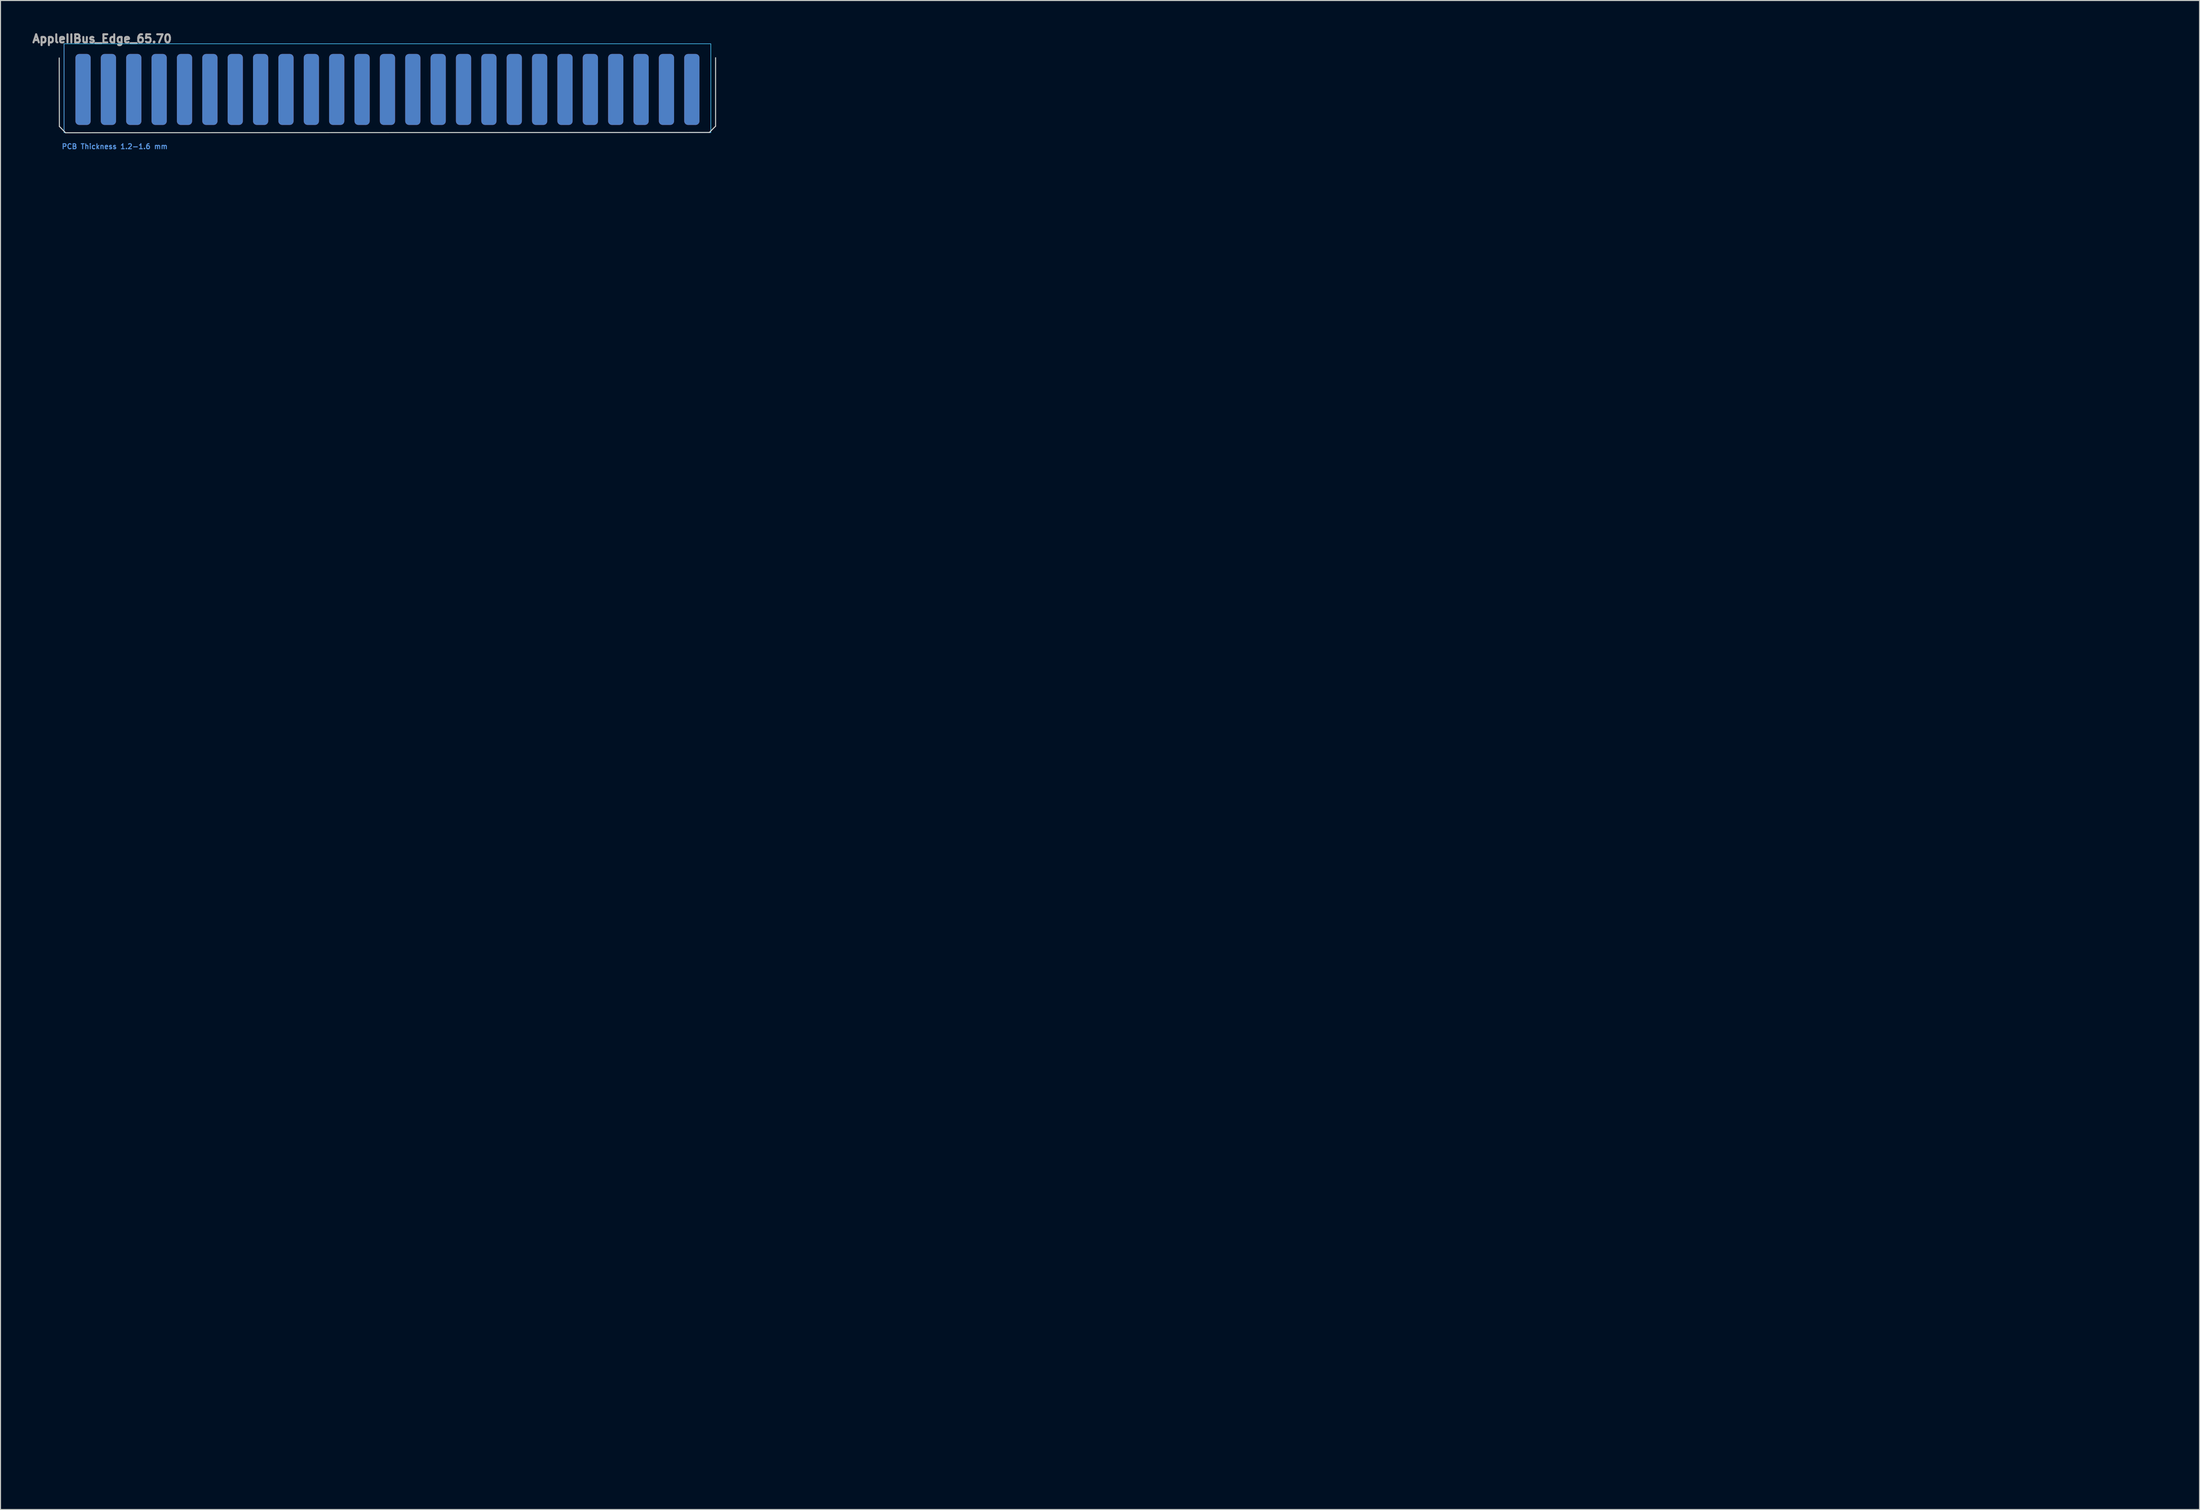
<source format=kicad_pcb>
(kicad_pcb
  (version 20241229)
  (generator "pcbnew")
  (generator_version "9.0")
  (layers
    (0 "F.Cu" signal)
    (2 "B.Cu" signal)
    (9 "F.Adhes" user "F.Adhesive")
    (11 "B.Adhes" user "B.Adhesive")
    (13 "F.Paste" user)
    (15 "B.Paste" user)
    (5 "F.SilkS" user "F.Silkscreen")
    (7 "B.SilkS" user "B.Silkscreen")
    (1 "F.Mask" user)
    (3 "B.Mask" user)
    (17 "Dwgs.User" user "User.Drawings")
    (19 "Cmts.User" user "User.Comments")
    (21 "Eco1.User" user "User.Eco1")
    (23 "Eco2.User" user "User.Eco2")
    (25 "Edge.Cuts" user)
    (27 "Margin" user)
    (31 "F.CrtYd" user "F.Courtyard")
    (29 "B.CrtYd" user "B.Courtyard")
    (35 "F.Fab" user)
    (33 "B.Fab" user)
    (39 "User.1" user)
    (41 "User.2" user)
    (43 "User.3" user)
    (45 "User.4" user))
  (footprint "AppleIIBus_Edge_65.70"
    (layer "F.Cu")
    (at 35.746 5.912)
    (property "Reference" "AppleIIBus_Edge_65.70" (at -28.575 -5.08 0) (layer "F.Fab") (effects (font (size 0.813 0.813) (thickness 0.203))))
    (attr exclude_from_pos_files allow_soldermask_bridges)
    (fp_rect (start -32.845 -3.175) (end 32.865 4.318) (stroke (width 0.05) (type solid)) (fill yes) (layer "F.Mask"))
    (fp_rect (start -32.845 -3.175) (end 32.865 4.318) (stroke (width 0.05) (type solid)) (fill yes) (layer "B.Mask"))
    (fp_line (start -32.85 3.703) (end -32.867 -3.155) (stroke (width 0.1) (type solid)) (layer "Edge.Cuts"))
    (fp_line (start -32.233 4.338) (end -32.85 3.703) (stroke (width 0.1) (type default)) (layer "Edge.Cuts"))
    (fp_line (start 32.233 4.308) (end -32.233 4.338) (stroke (width 0.1) (type solid)) (layer "Edge.Cuts"))
    (fp_line (start 32.233 4.308) (end 32.867 3.672) (stroke (width 0.1) (type default)) (layer "Edge.Cuts"))
    (fp_line (start 32.86 -3.179) (end 32.86 3.679) (stroke (width 0.1) (type solid)) (layer "Edge.Cuts"))
    (fp_rect (start -32.385 -4.572) (end 32.385 4.318) (stroke (width 0.05) (type default)) (fill no) (layer "B.CrtYd"))
    (fp_rect (start -32.385 -4.572) (end 32.385 4.318) (stroke (width 0.05) (type default)) (fill no) (layer "F.CrtYd"))
    (fp_text user "PCB Thickness 1.2-1.6 mm" (at -27.305 5.715 180) (layer "Cmts.User") (effects (font (size 0.5 0.5) (thickness 0.1))))
    (dimension (type orthogonal) (layer "User.4") (pts (xy 148.417 145.647) (xy 214.149 145.627)) (height -5.845) (orientation 0) (format (prefix "") (suffix "") (units 3) (units_format 0) (precision 4) (suppress_zeroes yes)) (style (thickness 0.1) (arrow_length 1.27) (text_position_mode 0) (arrow_direction outward) (extension_height 0.586) (extension_offset 0.5) (keep_text_aligned yes)) (gr_text "65.7325" (at 181.283 138.652 0) (layer "User.4") (effects (font (size 1 1) (thickness 0.15)))))
    (pad "1" connect roundrect (at -30.48 0 180) (size 1.524 7.112) (layers "F.Cu" "F.Mask") (roundrect_rratio 0.25))
    (pad "2" connect roundrect (at -27.94 0 180) (size 1.524 7.112) (layers "F.Cu" "F.Mask") (roundrect_rratio 0.25))
    (pad "3" connect roundrect (at -25.4 0 180) (size 1.524 7.112) (layers "F.Cu" "F.Mask") (roundrect_rratio 0.25))
    (pad "4" connect roundrect (at -22.86 0 180) (size 1.524 7.112) (layers "F.Cu" "F.Mask") (roundrect_rratio 0.25))
    (pad "5" connect roundrect (at -20.32 0 180) (size 1.524 7.112) (layers "F.Cu" "F.Mask") (roundrect_rratio 0.25))
    (pad "6" connect roundrect (at -17.78 0 180) (size 1.524 7.112) (layers "F.Cu" "F.Mask") (roundrect_rratio 0.25))
    (pad "7" connect roundrect (at -15.24 0 180) (size 1.524 7.112) (layers "F.Cu" "F.Mask") (roundrect_rratio 0.25))
    (pad "8" connect roundrect (at -12.7 0 180) (size 1.524 7.112) (layers "F.Cu" "F.Mask") (roundrect_rratio 0.25))
    (pad "9" connect roundrect (at -10.16 0 180) (size 1.524 7.112) (layers "F.Cu" "F.Mask") (roundrect_rratio 0.25))
    (pad "10" connect roundrect (at -7.62 0 180) (size 1.524 7.112) (layers "F.Cu" "F.Mask") (roundrect_rratio 0.25))
    (pad "11" connect roundrect (at -5.08 0 180) (size 1.524 7.112) (layers "F.Cu" "F.Mask") (roundrect_rratio 0.25))
    (pad "12" connect roundrect (at -2.54 0 180) (size 1.524 7.112) (layers "F.Cu" "F.Mask") (roundrect_rratio 0.25))
    (pad "13" connect roundrect (at 0 0 180) (size 1.524 7.112) (layers "F.Cu" "F.Mask") (roundrect_rratio 0.25))
    (pad "14" connect roundrect (at 2.54 0 180) (size 1.524 7.112) (layers "F.Cu" "F.Mask") (roundrect_rratio 0.25))
    (pad "15" connect roundrect (at 5.08 0 180) (size 1.524 7.112) (layers "F.Cu" "F.Mask") (roundrect_rratio 0.25))
    (pad "16" connect roundrect (at 7.62 0 180) (size 1.524 7.112) (layers "F.Cu" "F.Mask") (roundrect_rratio 0.25))
    (pad "17" connect roundrect (at 10.16 0 180) (size 1.524 7.112) (layers "F.Cu" "F.Mask") (roundrect_rratio 0.25))
    (pad "18" connect roundrect (at 12.7 0 180) (size 1.524 7.112) (layers "F.Cu" "F.Mask") (roundrect_rratio 0.25))
    (pad "19" connect roundrect (at 15.24 0 180) (size 1.524 7.112) (layers "F.Cu" "F.Mask") (roundrect_rratio 0.25))
    (pad "20" connect roundrect (at 17.78 0 180) (size 1.524 7.112) (layers "F.Cu" "F.Mask") (roundrect_rratio 0.25))
    (pad "21" connect roundrect (at 20.32 0 180) (size 1.524 7.112) (layers "F.Cu" "F.Mask") (roundrect_rratio 0.25))
    (pad "22" connect roundrect (at 22.86 0 180) (size 1.524 7.112) (layers "F.Cu" "F.Mask") (roundrect_rratio 0.25))
    (pad "23" connect roundrect (at 25.4 0 180) (size 1.524 7.112) (layers "F.Cu" "F.Mask") (roundrect_rratio 0.25))
    (pad "24" connect roundrect (at 27.94 0 180) (size 1.524 7.112) (layers "F.Cu" "F.Mask") (roundrect_rratio 0.25))
    (pad "25" connect roundrect (at 30.48 0 180) (size 1.524 7.112) (layers "F.Cu" "F.Mask") (roundrect_rratio 0.25))
    (pad "26" connect roundrect (at 30.48 0 180) (size 1.524 7.112) (layers "B.Cu" "B.Mask") (roundrect_rratio 0.25))
    (pad "27" connect roundrect (at 27.94 0 180) (size 1.524 7.112) (layers "B.Cu" "B.Mask") (roundrect_rratio 0.25))
    (pad "28" connect roundrect (at 25.4 0 180) (size 1.524 7.112) (layers "B.Cu" "B.Mask") (roundrect_rratio 0.25))
    (pad "29" connect roundrect (at 22.86 0 180) (size 1.524 7.112) (layers "B.Cu" "B.Mask") (roundrect_rratio 0.25))
    (pad "30" connect roundrect (at 20.32 0 180) (size 1.524 7.112) (layers "B.Cu" "B.Mask") (roundrect_rratio 0.25))
    (pad "31" connect roundrect (at 17.78 0 180) (size 1.524 7.112) (layers "B.Cu" "B.Mask") (roundrect_rratio 0.25))
    (pad "32" connect roundrect (at 15.24 0 180) (size 1.524 7.112) (layers "B.Cu" "B.Mask") (roundrect_rratio 0.25))
    (pad "33" connect roundrect (at 12.7 0 180) (size 1.524 7.112) (layers "B.Cu" "B.Mask") (roundrect_rratio 0.25))
    (pad "34" connect roundrect (at 10.16 0 180) (size 1.524 7.112) (layers "B.Cu" "B.Mask") (roundrect_rratio 0.25))
    (pad "35" connect roundrect (at 7.62 0 180) (size 1.524 7.112) (layers "B.Cu" "B.Mask") (roundrect_rratio 0.25))
    (pad "36" connect roundrect (at 5.08 0 180) (size 1.524 7.112) (layers "B.Cu" "B.Mask") (roundrect_rratio 0.25))
    (pad "37" connect roundrect (at 2.54 0 180) (size 1.524 7.112) (layers "B.Cu" "B.Mask") (roundrect_rratio 0.25))
    (pad "38" connect roundrect (at 0 0 180) (size 1.524 7.112) (layers "B.Cu" "B.Mask") (roundrect_rratio 0.25))
    (pad "39" connect roundrect (at -2.54 0 180) (size 1.524 7.112) (layers "B.Cu" "B.Mask") (roundrect_rratio 0.25))
    (pad "40" connect roundrect (at -5.08 0 180) (size 1.524 7.112) (layers "B.Cu" "B.Mask") (roundrect_rratio 0.25))
    (pad "41" connect roundrect (at -7.62 0 180) (size 1.524 7.112) (layers "B.Cu" "B.Mask") (roundrect_rratio 0.25))
    (pad "42" connect roundrect (at -10.16 0 180) (size 1.524 7.112) (layers "B.Cu" "B.Mask") (roundrect_rratio 0.25))
    (pad "43" connect roundrect (at -12.7 0 180) (size 1.524 7.112) (layers "B.Cu" "B.Mask") (roundrect_rratio 0.25))
    (pad "44" connect roundrect (at -15.24 0 180) (size 1.524 7.112) (layers "B.Cu" "B.Mask") (roundrect_rratio 0.25))
    (pad "45" connect roundrect (at -17.78 0 180) (size 1.524 7.112) (layers "B.Cu" "B.Mask") (roundrect_rratio 0.25))
    (pad "46" connect roundrect (at -20.32 0 180) (size 1.524 7.112) (layers "B.Cu" "B.Mask") (roundrect_rratio 0.25))
    (pad "47" connect roundrect (at -22.86 0 180) (size 1.524 7.112) (layers "B.Cu" "B.Mask") (roundrect_rratio 0.25))
    (pad "48" connect roundrect (at -25.4 0 180) (size 1.524 7.112) (layers "B.Cu" "B.Mask") (roundrect_rratio 0.25))
    (pad "49" connect roundrect (at -27.94 0 180) (size 1.524 7.112) (layers "B.Cu" "B.Mask") (roundrect_rratio 0.25))
    (pad "50" connect roundrect (at -30.48 0 180) (size 1.524 7.112) (layers "B.Cu" "B.Mask") (roundrect_rratio 0.25))
    (zone (net_name "") (layers "F.Cu" "F.Mask" "B.Cu" "B.Mask" "F.SilkS" "B.SilkS" "F.Adhes" "B.Adhes" "F.Paste" "B.Paste") (name "Bevel Area") (hatch edge 0.25) (connect_pads) (min_thickness 0.25) (filled_areas_thickness no) (keepout (tracks not_allowed) (vias not_allowed) (pads not_allowed) (copperpour not_allowed) (footprints not_allowed)) (placement (enabled no)) (fill) (polygon (pts (xy 3.361 10.23) (xy 3.361 9.494) (xy 68.131 9.494) (xy 68.131 10.23))))
    (zone (net_name "") (layers "F.Cu" "F.Mask" "B.Cu" "B.Mask" "F.SilkS" "B.SilkS" "F.Adhes" "B.Adhes" "F.Paste" "B.Paste") (hatch edge 0.5) (connect_pads) (min_thickness 0.25) (filled_areas_thickness no) (keepout (tracks allowed) (vias not_allowed) (pads not_allowed) (copperpour allowed) (footprints not_allowed)) (placement (enabled no)) (fill) (polygon (pts (xy 68.131 2.356) (xy 3.361 2.356) (xy 3.361 1.34) (xy 68.131 1.34))))
    (zone (net_name "") (layers "F.Cu" "F.Mask" "B.Cu" "B.Mask" "F.SilkS" "B.SilkS" "F.Adhes" "B.Adhes" "F.Paste" "B.Paste") (hatch edge 0.5) (connect_pads) (min_thickness 0.25) (filled_areas_thickness no) (keepout (tracks allowed) (vias not_allowed) (pads allowed) (copperpour not_allowed) (footprints not_allowed)) (placement (enabled no)) (fill) (polygon (pts (xy 68.131 9.494) (xy 3.361 9.494) (xy 3.361 2.356) (xy 68.131 2.356)))))
  (gr_rect
    (start -3 -3)
    (end 217.199 148.197)
    (stroke (width 0.1) (type default))
    (fill no)
    (layer "Edge.Cuts")))
</source>
